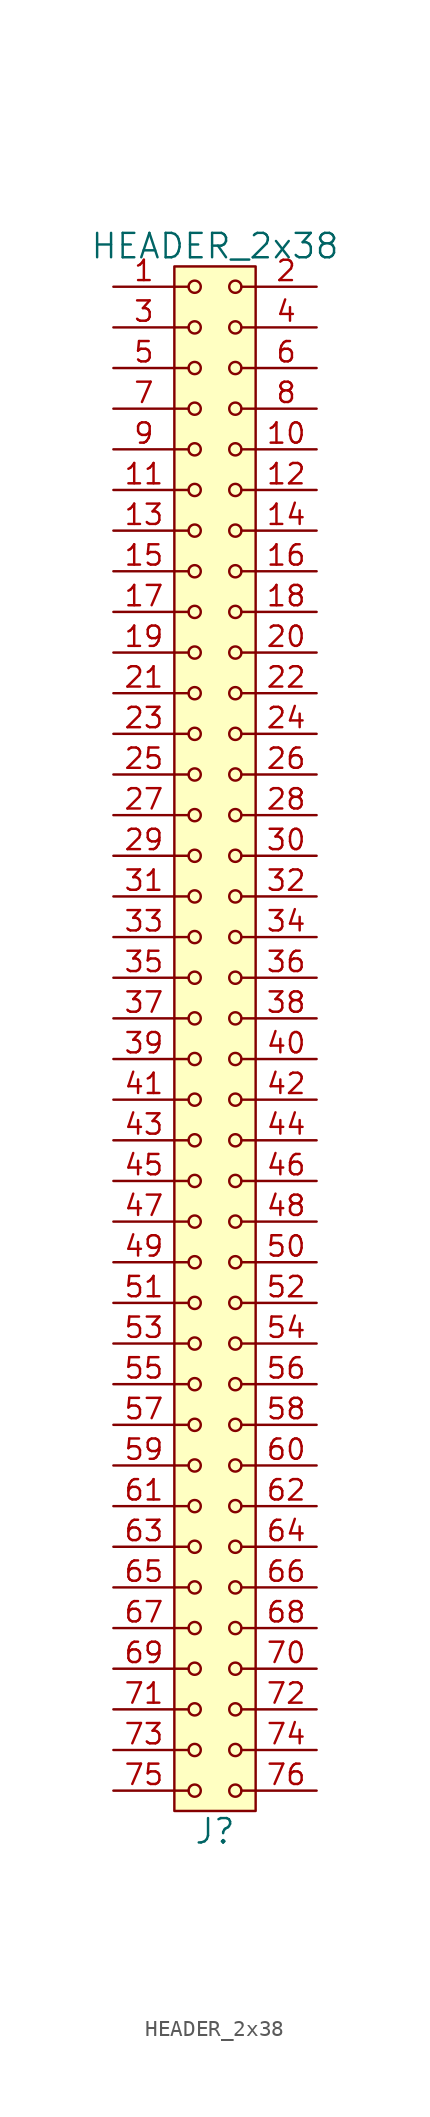
<source format=kicad_sym>
(kicad_symbol_lib
  (version 20211014)
  (generator kicad_symbol_editor)
  (symbol "HEADER_2x38"
    (pin_names
      (offset 1.016))
    (property "Reference" "J"
      (at 0 -49.53 0)
      (effects (font (size 1.524 1.524))))
    (property "Value" "HEADER_2x38"
      (at 0 49.53 0)
      (effects (font (size 1.524 1.524))))
    (property "Footprint" ""
      (at 0 46.99 0)
      (effects (font (size 1.524 1.524))))
    (property "Datasheet" ""
      (at 0 46.99 0)
      (effects (font (size 1.524 1.524))))
    (symbol "HEADER_2x38_0_1"
      (rectangle (start -2.54 48.26) (end 2.54 -48.26) (stroke (width 0) (type default) (color 0 0 0 0)) (fill (type background)))
      (circle (center -1.27 -46.99) (radius 0.381) (stroke (width 0) (type default) (color 0 0 0 0)) (fill (type none)))
      (circle (center -1.27 -44.45) (radius 0.381) (stroke (width 0) (type default) (color 0 0 0 0)) (fill (type none)))
      (circle (center -1.27 -41.91) (radius 0.381) (stroke (width 0) (type default) (color 0 0 0 0)) (fill (type none)))
      (circle (center -1.27 -39.37) (radius 0.381) (stroke (width 0) (type default) (color 0 0 0 0)) (fill (type none)))
      (circle (center -1.27 -36.83) (radius 0.381) (stroke (width 0) (type default) (color 0 0 0 0)) (fill (type none)))
      (circle (center -1.27 -34.29) (radius 0.381) (stroke (width 0) (type default) (color 0 0 0 0)) (fill (type none)))
      (circle (center -1.27 -31.75) (radius 0.381) (stroke (width 0) (type default) (color 0 0 0 0)) (fill (type none)))
      (circle (center -1.27 -29.21) (radius 0.381) (stroke (width 0) (type default) (color 0 0 0 0)) (fill (type none)))
      (circle (center -1.27 -26.67) (radius 0.381) (stroke (width 0) (type default) (color 0 0 0 0)) (fill (type none)))
      (circle (center -1.27 -24.13) (radius 0.381) (stroke (width 0) (type default) (color 0 0 0 0)) (fill (type none)))
      (circle (center -1.27 -21.59) (radius 0.381) (stroke (width 0) (type default) (color 0 0 0 0)) (fill (type none)))
      (circle (center -1.27 -19.05) (radius 0.381) (stroke (width 0) (type default) (color 0 0 0 0)) (fill (type none)))
      (circle (center -1.27 -16.51) (radius 0.381) (stroke (width 0) (type default) (color 0 0 0 0)) (fill (type none)))
      (circle (center -1.27 -13.97) (radius 0.381) (stroke (width 0) (type default) (color 0 0 0 0)) (fill (type none)))
      (circle (center -1.27 -11.43) (radius 0.381) (stroke (width 0) (type default) (color 0 0 0 0)) (fill (type none)))
      (circle (center -1.27 -8.89) (radius 0.381) (stroke (width 0) (type default) (color 0 0 0 0)) (fill (type none)))
      (circle (center -1.27 -6.35) (radius 0.381) (stroke (width 0) (type default) (color 0 0 0 0)) (fill (type none)))
      (circle (center -1.27 -3.81) (radius 0.381) (stroke (width 0) (type default) (color 0 0 0 0)) (fill (type none)))
      (circle (center -1.27 -1.27) (radius 0.381) (stroke (width 0) (type default) (color 0 0 0 0)) (fill (type none)))
      (circle (center -1.27 1.27) (radius 0.381) (stroke (width 0) (type default) (color 0 0 0 0)) (fill (type none)))
      (circle (center -1.27 3.81) (radius 0.381) (stroke (width 0) (type default) (color 0 0 0 0)) (fill (type none)))
      (circle (center -1.27 6.35) (radius 0.381) (stroke (width 0) (type default) (color 0 0 0 0)) (fill (type none)))
      (circle (center -1.27 8.89) (radius 0.381) (stroke (width 0) (type default) (color 0 0 0 0)) (fill (type none)))
      (circle (center -1.27 11.43) (radius 0.381) (stroke (width 0) (type default) (color 0 0 0 0)) (fill (type none)))
      (circle (center -1.27 13.97) (radius 0.381) (stroke (width 0) (type default) (color 0 0 0 0)) (fill (type none)))
      (circle (center -1.27 16.51) (radius 0.381) (stroke (width 0) (type default) (color 0 0 0 0)) (fill (type none)))
      (circle (center -1.27 19.05) (radius 0.381) (stroke (width 0) (type default) (color 0 0 0 0)) (fill (type none)))
      (circle (center -1.27 21.59) (radius 0.381) (stroke (width 0) (type default) (color 0 0 0 0)) (fill (type none)))
      (circle (center -1.27 24.13) (radius 0.381) (stroke (width 0) (type default) (color 0 0 0 0)) (fill (type none)))
      (circle (center -1.27 26.67) (radius 0.381) (stroke (width 0) (type default) (color 0 0 0 0)) (fill (type none)))
      (circle (center -1.27 29.21) (radius 0.381) (stroke (width 0) (type default) (color 0 0 0 0)) (fill (type none)))
      (circle (center -1.27 31.75) (radius 0.381) (stroke (width 0) (type default) (color 0 0 0 0)) (fill (type none)))
      (circle (center -1.27 34.29) (radius 0.381) (stroke (width 0) (type default) (color 0 0 0 0)) (fill (type none)))
      (circle (center -1.27 36.83) (radius 0.381) (stroke (width 0) (type default) (color 0 0 0 0)) (fill (type none)))
      (circle (center -1.27 39.37) (radius 0.381) (stroke (width 0) (type default) (color 0 0 0 0)) (fill (type none)))
      (circle (center -1.27 41.91) (radius 0.381) (stroke (width 0) (type default) (color 0 0 0 0)) (fill (type none)))
      (circle (center -1.27 44.45) (radius 0.381) (stroke (width 0) (type default) (color 0 0 0 0)) (fill (type none)))
      (circle (center -1.27 46.99) (radius 0.381) (stroke (width 0) (type default) (color 0 0 0 0)) (fill (type none)))
      (polyline (pts (xy -1.651 -46.99) (xy -2.54 -46.99)) (stroke (width 0) (type default) (color 0 0 0 0)) (fill (type none)))
      (polyline (pts (xy -1.651 -44.45) (xy -2.54 -44.45)) (stroke (width 0) (type default) (color 0 0 0 0)) (fill (type none)))
      (polyline (pts (xy -1.651 -41.91) (xy -2.54 -41.91)) (stroke (width 0) (type default) (color 0 0 0 0)) (fill (type none)))
      (polyline (pts (xy -1.651 -39.37) (xy -2.54 -39.37)) (stroke (width 0) (type default) (color 0 0 0 0)) (fill (type none)))
      (polyline (pts (xy -1.651 -36.83) (xy -2.54 -36.83)) (stroke (width 0) (type default) (color 0 0 0 0)) (fill (type none)))
      (polyline (pts (xy -1.651 -34.29) (xy -2.54 -34.29)) (stroke (width 0) (type default) (color 0 0 0 0)) (fill (type none)))
      (polyline (pts (xy -1.651 -31.75) (xy -2.54 -31.75)) (stroke (width 0) (type default) (color 0 0 0 0)) (fill (type none)))
      (polyline (pts (xy -1.651 -29.21) (xy -2.54 -29.21)) (stroke (width 0) (type default) (color 0 0 0 0)) (fill (type none)))
      (polyline (pts (xy -1.651 -26.67) (xy -2.54 -26.67)) (stroke (width 0) (type default) (color 0 0 0 0)) (fill (type none)))
      (polyline (pts (xy -1.651 -24.13) (xy -2.54 -24.13)) (stroke (width 0) (type default) (color 0 0 0 0)) (fill (type none)))
      (polyline (pts (xy -1.651 -21.59) (xy -2.54 -21.59)) (stroke (width 0) (type default) (color 0 0 0 0)) (fill (type none)))
      (polyline (pts (xy -1.651 -19.05) (xy -2.54 -19.05)) (stroke (width 0) (type default) (color 0 0 0 0)) (fill (type none)))
      (polyline (pts (xy -1.651 -16.51) (xy -2.54 -16.51)) (stroke (width 0) (type default) (color 0 0 0 0)) (fill (type none)))
      (polyline (pts (xy -1.651 -13.97) (xy -2.54 -13.97)) (stroke (width 0) (type default) (color 0 0 0 0)) (fill (type none)))
      (polyline (pts (xy -1.651 -11.43) (xy -2.54 -11.43)) (stroke (width 0) (type default) (color 0 0 0 0)) (fill (type none)))
      (polyline (pts (xy -1.651 -8.89) (xy -2.54 -8.89)) (stroke (width 0) (type default) (color 0 0 0 0)) (fill (type none)))
      (polyline (pts (xy -1.651 -6.35) (xy -2.54 -6.35)) (stroke (width 0) (type default) (color 0 0 0 0)) (fill (type none)))
      (polyline (pts (xy -1.651 -3.81) (xy -2.54 -3.81)) (stroke (width 0) (type default) (color 0 0 0 0)) (fill (type none)))
      (polyline (pts (xy -1.651 -1.27) (xy -2.54 -1.27)) (stroke (width 0) (type default) (color 0 0 0 0)) (fill (type none)))
      (polyline (pts (xy -1.651 1.27) (xy -2.54 1.27)) (stroke (width 0) (type default) (color 0 0 0 0)) (fill (type none)))
      (polyline (pts (xy -1.651 3.81) (xy -2.54 3.81)) (stroke (width 0) (type default) (color 0 0 0 0)) (fill (type none)))
      (polyline (pts (xy -1.651 6.35) (xy -2.54 6.35)) (stroke (width 0) (type default) (color 0 0 0 0)) (fill (type none)))
      (polyline (pts (xy -1.651 8.89) (xy -2.54 8.89)) (stroke (width 0) (type default) (color 0 0 0 0)) (fill (type none)))
      (polyline (pts (xy -1.651 11.43) (xy -2.54 11.43)) (stroke (width 0) (type default) (color 0 0 0 0)) (fill (type none)))
      (polyline (pts (xy -1.651 13.97) (xy -2.54 13.97)) (stroke (width 0) (type default) (color 0 0 0 0)) (fill (type none)))
      (polyline (pts (xy -1.651 16.51) (xy -2.54 16.51)) (stroke (width 0) (type default) (color 0 0 0 0)) (fill (type none)))
      (polyline (pts (xy -1.651 19.05) (xy -2.54 19.05)) (stroke (width 0) (type default) (color 0 0 0 0)) (fill (type none)))
      (polyline (pts (xy -1.651 21.59) (xy -2.54 21.59)) (stroke (width 0) (type default) (color 0 0 0 0)) (fill (type none)))
      (polyline (pts (xy -1.651 24.13) (xy -2.54 24.13)) (stroke (width 0) (type default) (color 0 0 0 0)) (fill (type none)))
      (polyline (pts (xy -1.651 26.67) (xy -2.54 26.67)) (stroke (width 0) (type default) (color 0 0 0 0)) (fill (type none)))
      (polyline (pts (xy -1.651 29.21) (xy -2.54 29.21)) (stroke (width 0) (type default) (color 0 0 0 0)) (fill (type none)))
      (polyline (pts (xy -1.651 31.75) (xy -2.54 31.75)) (stroke (width 0) (type default) (color 0 0 0 0)) (fill (type none)))
      (polyline (pts (xy -1.651 34.29) (xy -2.54 34.29)) (stroke (width 0) (type default) (color 0 0 0 0)) (fill (type none)))
      (polyline (pts (xy -1.651 36.83) (xy -2.54 36.83)) (stroke (width 0) (type default) (color 0 0 0 0)) (fill (type none)))
      (polyline (pts (xy -1.651 39.37) (xy -2.54 39.37)) (stroke (width 0) (type default) (color 0 0 0 0)) (fill (type none)))
      (polyline (pts (xy -1.651 41.91) (xy -2.54 41.91)) (stroke (width 0) (type default) (color 0 0 0 0)) (fill (type none)))
      (polyline (pts (xy -1.651 44.45) (xy -2.54 44.45)) (stroke (width 0) (type default) (color 0 0 0 0)) (fill (type none)))
      (polyline (pts (xy -1.651 46.99) (xy -2.54 46.99)) (stroke (width 0) (type default) (color 0 0 0 0)) (fill (type none)))
      (polyline (pts (xy 1.651 -46.99) (xy 2.54 -46.99)) (stroke (width 0) (type default) (color 0 0 0 0)) (fill (type none)))
      (polyline (pts (xy 1.651 -44.45) (xy 2.54 -44.45)) (stroke (width 0) (type default) (color 0 0 0 0)) (fill (type none)))
      (polyline (pts (xy 1.651 -41.91) (xy 2.54 -41.91)) (stroke (width 0) (type default) (color 0 0 0 0)) (fill (type none)))
      (polyline (pts (xy 1.651 -39.37) (xy 2.54 -39.37)) (stroke (width 0) (type default) (color 0 0 0 0)) (fill (type none)))
      (polyline (pts (xy 1.651 -36.83) (xy 2.54 -36.83)) (stroke (width 0) (type default) (color 0 0 0 0)) (fill (type none)))
      (polyline (pts (xy 1.651 -34.29) (xy 2.54 -34.29)) (stroke (width 0) (type default) (color 0 0 0 0)) (fill (type none)))
      (polyline (pts (xy 1.651 -31.75) (xy 2.54 -31.75)) (stroke (width 0) (type default) (color 0 0 0 0)) (fill (type none)))
      (polyline (pts (xy 1.651 -29.21) (xy 2.54 -29.21)) (stroke (width 0) (type default) (color 0 0 0 0)) (fill (type none)))
      (polyline (pts (xy 1.651 -26.67) (xy 2.54 -26.67)) (stroke (width 0) (type default) (color 0 0 0 0)) (fill (type none)))
      (polyline (pts (xy 1.651 -24.13) (xy 2.54 -24.13)) (stroke (width 0) (type default) (color 0 0 0 0)) (fill (type none)))
      (polyline (pts (xy 1.651 -21.59) (xy 2.54 -21.59)) (stroke (width 0) (type default) (color 0 0 0 0)) (fill (type none)))
      (polyline (pts (xy 1.651 -19.05) (xy 2.54 -19.05)) (stroke (width 0) (type default) (color 0 0 0 0)) (fill (type none)))
      (polyline (pts (xy 1.651 -16.51) (xy 2.54 -16.51)) (stroke (width 0) (type default) (color 0 0 0 0)) (fill (type none)))
      (polyline (pts (xy 1.651 -13.97) (xy 2.54 -13.97)) (stroke (width 0) (type default) (color 0 0 0 0)) (fill (type none)))
      (polyline (pts (xy 1.651 -11.43) (xy 2.54 -11.43)) (stroke (width 0) (type default) (color 0 0 0 0)) (fill (type none)))
      (polyline (pts (xy 1.651 -8.89) (xy 2.54 -8.89)) (stroke (width 0) (type default) (color 0 0 0 0)) (fill (type none)))
      (polyline (pts (xy 1.651 -6.35) (xy 2.54 -6.35)) (stroke (width 0) (type default) (color 0 0 0 0)) (fill (type none)))
      (polyline (pts (xy 1.651 -3.81) (xy 2.54 -3.81)) (stroke (width 0) (type default) (color 0 0 0 0)) (fill (type none)))
      (polyline (pts (xy 1.651 -1.27) (xy 2.54 -1.27)) (stroke (width 0) (type default) (color 0 0 0 0)) (fill (type none)))
      (polyline (pts (xy 1.651 1.27) (xy 2.54 1.27)) (stroke (width 0) (type default) (color 0 0 0 0)) (fill (type none)))
      (polyline (pts (xy 1.651 3.81) (xy 2.54 3.81)) (stroke (width 0) (type default) (color 0 0 0 0)) (fill (type none)))
      (polyline (pts (xy 1.651 6.35) (xy 2.54 6.35)) (stroke (width 0) (type default) (color 0 0 0 0)) (fill (type none)))
      (polyline (pts (xy 1.651 8.89) (xy 2.54 8.89)) (stroke (width 0) (type default) (color 0 0 0 0)) (fill (type none)))
      (polyline (pts (xy 1.651 11.43) (xy 2.54 11.43)) (stroke (width 0) (type default) (color 0 0 0 0)) (fill (type none)))
      (polyline (pts (xy 1.651 13.97) (xy 2.54 13.97)) (stroke (width 0) (type default) (color 0 0 0 0)) (fill (type none)))
      (polyline (pts (xy 1.651 16.51) (xy 2.54 16.51)) (stroke (width 0) (type default) (color 0 0 0 0)) (fill (type none)))
      (polyline (pts (xy 1.651 19.05) (xy 2.54 19.05)) (stroke (width 0) (type default) (color 0 0 0 0)) (fill (type none)))
      (polyline (pts (xy 1.651 21.59) (xy 2.54 21.59)) (stroke (width 0) (type default) (color 0 0 0 0)) (fill (type none)))
      (polyline (pts (xy 1.651 24.13) (xy 2.54 24.13)) (stroke (width 0) (type default) (color 0 0 0 0)) (fill (type none)))
      (polyline (pts (xy 1.651 26.67) (xy 2.54 26.67)) (stroke (width 0) (type default) (color 0 0 0 0)) (fill (type none)))
      (polyline (pts (xy 1.651 29.21) (xy 2.54 29.21)) (stroke (width 0) (type default) (color 0 0 0 0)) (fill (type none)))
      (polyline (pts (xy 1.651 31.75) (xy 2.54 31.75)) (stroke (width 0) (type default) (color 0 0 0 0)) (fill (type none)))
      (polyline (pts (xy 1.651 34.29) (xy 2.54 34.29)) (stroke (width 0) (type default) (color 0 0 0 0)) (fill (type none)))
      (polyline (pts (xy 1.651 36.83) (xy 2.54 36.83)) (stroke (width 0) (type default) (color 0 0 0 0)) (fill (type none)))
      (polyline (pts (xy 1.651 39.37) (xy 2.54 39.37)) (stroke (width 0) (type default) (color 0 0 0 0)) (fill (type none)))
      (polyline (pts (xy 1.651 41.91) (xy 2.54 41.91)) (stroke (width 0) (type default) (color 0 0 0 0)) (fill (type none)))
      (polyline (pts (xy 1.651 44.45) (xy 2.54 44.45)) (stroke (width 0) (type default) (color 0 0 0 0)) (fill (type none)))
      (polyline (pts (xy 1.651 46.99) (xy 2.54 46.99)) (stroke (width 0) (type default) (color 0 0 0 0)) (fill (type none)))
      (circle (center 1.27 -46.99) (radius 0.381) (stroke (width 0) (type default) (color 0 0 0 0)) (fill (type none)))
      (circle (center 1.27 -44.45) (radius 0.381) (stroke (width 0) (type default) (color 0 0 0 0)) (fill (type none)))
      (circle (center 1.27 -41.91) (radius 0.381) (stroke (width 0) (type default) (color 0 0 0 0)) (fill (type none)))
      (circle (center 1.27 -39.37) (radius 0.381) (stroke (width 0) (type default) (color 0 0 0 0)) (fill (type none)))
      (circle (center 1.27 -36.83) (radius 0.381) (stroke (width 0) (type default) (color 0 0 0 0)) (fill (type none)))
      (circle (center 1.27 -34.29) (radius 0.381) (stroke (width 0) (type default) (color 0 0 0 0)) (fill (type none)))
      (circle (center 1.27 -31.75) (radius 0.381) (stroke (width 0) (type default) (color 0 0 0 0)) (fill (type none)))
      (circle (center 1.27 -29.21) (radius 0.381) (stroke (width 0) (type default) (color 0 0 0 0)) (fill (type none)))
      (circle (center 1.27 -26.67) (radius 0.381) (stroke (width 0) (type default) (color 0 0 0 0)) (fill (type none)))
      (circle (center 1.27 -24.13) (radius 0.381) (stroke (width 0) (type default) (color 0 0 0 0)) (fill (type none)))
      (circle (center 1.27 -21.59) (radius 0.381) (stroke (width 0) (type default) (color 0 0 0 0)) (fill (type none)))
      (circle (center 1.27 -19.05) (radius 0.381) (stroke (width 0) (type default) (color 0 0 0 0)) (fill (type none)))
      (circle (center 1.27 -16.51) (radius 0.381) (stroke (width 0) (type default) (color 0 0 0 0)) (fill (type none)))
      (circle (center 1.27 -13.97) (radius 0.381) (stroke (width 0) (type default) (color 0 0 0 0)) (fill (type none)))
      (circle (center 1.27 -11.43) (radius 0.381) (stroke (width 0) (type default) (color 0 0 0 0)) (fill (type none)))
      (circle (center 1.27 -8.89) (radius 0.381) (stroke (width 0) (type default) (color 0 0 0 0)) (fill (type none)))
      (circle (center 1.27 -6.35) (radius 0.381) (stroke (width 0) (type default) (color 0 0 0 0)) (fill (type none)))
      (circle (center 1.27 -3.81) (radius 0.381) (stroke (width 0) (type default) (color 0 0 0 0)) (fill (type none)))
      (circle (center 1.27 -1.27) (radius 0.381) (stroke (width 0) (type default) (color 0 0 0 0)) (fill (type none)))
      (circle (center 1.27 1.27) (radius 0.381) (stroke (width 0) (type default) (color 0 0 0 0)) (fill (type none)))
      (circle (center 1.27 3.81) (radius 0.381) (stroke (width 0) (type default) (color 0 0 0 0)) (fill (type none)))
      (circle (center 1.27 6.35) (radius 0.381) (stroke (width 0) (type default) (color 0 0 0 0)) (fill (type none)))
      (circle (center 1.27 8.89) (radius 0.381) (stroke (width 0) (type default) (color 0 0 0 0)) (fill (type none)))
      (circle (center 1.27 11.43) (radius 0.381) (stroke (width 0) (type default) (color 0 0 0 0)) (fill (type none)))
      (circle (center 1.27 13.97) (radius 0.381) (stroke (width 0) (type default) (color 0 0 0 0)) (fill (type none)))
      (circle (center 1.27 16.51) (radius 0.381) (stroke (width 0) (type default) (color 0 0 0 0)) (fill (type none)))
      (circle (center 1.27 19.05) (radius 0.381) (stroke (width 0) (type default) (color 0 0 0 0)) (fill (type none)))
      (circle (center 1.27 21.59) (radius 0.381) (stroke (width 0) (type default) (color 0 0 0 0)) (fill (type none)))
      (circle (center 1.27 24.13) (radius 0.381) (stroke (width 0) (type default) (color 0 0 0 0)) (fill (type none)))
      (circle (center 1.27 26.67) (radius 0.381) (stroke (width 0) (type default) (color 0 0 0 0)) (fill (type none)))
      (circle (center 1.27 29.21) (radius 0.381) (stroke (width 0) (type default) (color 0 0 0 0)) (fill (type none)))
      (circle (center 1.27 31.75) (radius 0.381) (stroke (width 0) (type default) (color 0 0 0 0)) (fill (type none)))
      (circle (center 1.27 34.29) (radius 0.381) (stroke (width 0) (type default) (color 0 0 0 0)) (fill (type none)))
      (circle (center 1.27 36.83) (radius 0.381) (stroke (width 0) (type default) (color 0 0 0 0)) (fill (type none)))
      (circle (center 1.27 39.37) (radius 0.381) (stroke (width 0) (type default) (color 0 0 0 0)) (fill (type none)))
      (circle (center 1.27 41.91) (radius 0.381) (stroke (width 0) (type default) (color 0 0 0 0)) (fill (type none)))
      (circle (center 1.27 44.45) (radius 0.381) (stroke (width 0) (type default) (color 0 0 0 0)) (fill (type none)))
      (circle (center 1.27 46.99) (radius 0.381) (stroke (width 0) (type default) (color 0 0 0 0)) (fill (type none))))
    (symbol "HEADER_2x38_1_1"
      (pin input line (at -6.35 46.99 0) (length 3.81) (name "~" (effects (font (size 1.27 1.27)))) (number "1" (effects (font (size 1.27 1.27)))))
      (pin input line (at 6.35 36.83 180) (length 3.81) (name "~" (effects (font (size 1.27 1.27)))) (number "10" (effects (font (size 1.27 1.27)))))
      (pin input line (at -6.35 34.29 0) (length 3.81) (name "~" (effects (font (size 1.27 1.27)))) (number "11" (effects (font (size 1.27 1.27)))))
      (pin input line (at 6.35 34.29 180) (length 3.81) (name "~" (effects (font (size 1.27 1.27)))) (number "12" (effects (font (size 1.27 1.27)))))
      (pin input line (at -6.35 31.75 0) (length 3.81) (name "~" (effects (font (size 1.27 1.27)))) (number "13" (effects (font (size 1.27 1.27)))))
      (pin input line (at 6.35 31.75 180) (length 3.81) (name "~" (effects (font (size 1.27 1.27)))) (number "14" (effects (font (size 1.27 1.27)))))
      (pin input line (at -6.35 29.21 0) (length 3.81) (name "~" (effects (font (size 1.27 1.27)))) (number "15" (effects (font (size 1.27 1.27)))))
      (pin input line (at 6.35 29.21 180) (length 3.81) (name "~" (effects (font (size 1.27 1.27)))) (number "16" (effects (font (size 1.27 1.27)))))
      (pin input line (at -6.35 26.67 0) (length 3.81) (name "~" (effects (font (size 1.27 1.27)))) (number "17" (effects (font (size 1.27 1.27)))))
      (pin input line (at 6.35 26.67 180) (length 3.81) (name "~" (effects (font (size 1.27 1.27)))) (number "18" (effects (font (size 1.27 1.27)))))
      (pin input line (at -6.35 24.13 0) (length 3.81) (name "~" (effects (font (size 1.27 1.27)))) (number "19" (effects (font (size 1.27 1.27)))))
      (pin input line (at 6.35 46.99 180) (length 3.81) (name "~" (effects (font (size 1.27 1.27)))) (number "2" (effects (font (size 1.27 1.27)))))
      (pin input line (at 6.35 24.13 180) (length 3.81) (name "~" (effects (font (size 1.27 1.27)))) (number "20" (effects (font (size 1.27 1.27)))))
      (pin input line (at -6.35 21.59 0) (length 3.81) (name "~" (effects (font (size 1.27 1.27)))) (number "21" (effects (font (size 1.27 1.27)))))
      (pin input line (at 6.35 21.59 180) (length 3.81) (name "~" (effects (font (size 1.27 1.27)))) (number "22" (effects (font (size 1.27 1.27)))))
      (pin input line (at -6.35 19.05 0) (length 3.81) (name "~" (effects (font (size 1.27 1.27)))) (number "23" (effects (font (size 1.27 1.27)))))
      (pin input line (at 6.35 19.05 180) (length 3.81) (name "~" (effects (font (size 1.27 1.27)))) (number "24" (effects (font (size 1.27 1.27)))))
      (pin input line (at -6.35 16.51 0) (length 3.81) (name "~" (effects (font (size 1.27 1.27)))) (number "25" (effects (font (size 1.27 1.27)))))
      (pin input line (at 6.35 16.51 180) (length 3.81) (name "~" (effects (font (size 1.27 1.27)))) (number "26" (effects (font (size 1.27 1.27)))))
      (pin input line (at -6.35 13.97 0) (length 3.81) (name "~" (effects (font (size 1.27 1.27)))) (number "27" (effects (font (size 1.27 1.27)))))
      (pin input line (at 6.35 13.97 180) (length 3.81) (name "~" (effects (font (size 1.27 1.27)))) (number "28" (effects (font (size 1.27 1.27)))))
      (pin input line (at -6.35 11.43 0) (length 3.81) (name "~" (effects (font (size 1.27 1.27)))) (number "29" (effects (font (size 1.27 1.27)))))
      (pin input line (at -6.35 44.45 0) (length 3.81) (name "~" (effects (font (size 1.27 1.27)))) (number "3" (effects (font (size 1.27 1.27)))))
      (pin input line (at 6.35 11.43 180) (length 3.81) (name "~" (effects (font (size 1.27 1.27)))) (number "30" (effects (font (size 1.27 1.27)))))
      (pin input line (at -6.35 8.89 0) (length 3.81) (name "~" (effects (font (size 1.27 1.27)))) (number "31" (effects (font (size 1.27 1.27)))))
      (pin input line (at 6.35 8.89 180) (length 3.81) (name "~" (effects (font (size 1.27 1.27)))) (number "32" (effects (font (size 1.27 1.27)))))
      (pin input line (at -6.35 6.35 0) (length 3.81) (name "~" (effects (font (size 1.27 1.27)))) (number "33" (effects (font (size 1.27 1.27)))))
      (pin input line (at 6.35 6.35 180) (length 3.81) (name "~" (effects (font (size 1.27 1.27)))) (number "34" (effects (font (size 1.27 1.27)))))
      (pin input line (at -6.35 3.81 0) (length 3.81) (name "~" (effects (font (size 1.27 1.27)))) (number "35" (effects (font (size 1.27 1.27)))))
      (pin input line (at 6.35 3.81 180) (length 3.81) (name "~" (effects (font (size 1.27 1.27)))) (number "36" (effects (font (size 1.27 1.27)))))
      (pin input line (at -6.35 1.27 0) (length 3.81) (name "~" (effects (font (size 1.27 1.27)))) (number "37" (effects (font (size 1.27 1.27)))))
      (pin input line (at 6.35 1.27 180) (length 3.81) (name "~" (effects (font (size 1.27 1.27)))) (number "38" (effects (font (size 1.27 1.27)))))
      (pin input line (at -6.35 -1.27 0) (length 3.81) (name "~" (effects (font (size 1.27 1.27)))) (number "39" (effects (font (size 1.27 1.27)))))
      (pin input line (at 6.35 44.45 180) (length 3.81) (name "~" (effects (font (size 1.27 1.27)))) (number "4" (effects (font (size 1.27 1.27)))))
      (pin input line (at 6.35 -1.27 180) (length 3.81) (name "~" (effects (font (size 1.27 1.27)))) (number "40" (effects (font (size 1.27 1.27)))))
      (pin input line (at -6.35 -3.81 0) (length 3.81) (name "~" (effects (font (size 1.27 1.27)))) (number "41" (effects (font (size 1.27 1.27)))))
      (pin input line (at 6.35 -3.81 180) (length 3.81) (name "~" (effects (font (size 1.27 1.27)))) (number "42" (effects (font (size 1.27 1.27)))))
      (pin input line (at -6.35 -6.35 0) (length 3.81) (name "~" (effects (font (size 1.27 1.27)))) (number "43" (effects (font (size 1.27 1.27)))))
      (pin input line (at 6.35 -6.35 180) (length 3.81) (name "~" (effects (font (size 1.27 1.27)))) (number "44" (effects (font (size 1.27 1.27)))))
      (pin input line (at -6.35 -8.89 0) (length 3.81) (name "~" (effects (font (size 1.27 1.27)))) (number "45" (effects (font (size 1.27 1.27)))))
      (pin input line (at 6.35 -8.89 180) (length 3.81) (name "~" (effects (font (size 1.27 1.27)))) (number "46" (effects (font (size 1.27 1.27)))))
      (pin input line (at -6.35 -11.43 0) (length 3.81) (name "~" (effects (font (size 1.27 1.27)))) (number "47" (effects (font (size 1.27 1.27)))))
      (pin input line (at 6.35 -11.43 180) (length 3.81) (name "~" (effects (font (size 1.27 1.27)))) (number "48" (effects (font (size 1.27 1.27)))))
      (pin input line (at -6.35 -13.97 0) (length 3.81) (name "~" (effects (font (size 1.27 1.27)))) (number "49" (effects (font (size 1.27 1.27)))))
      (pin input line (at -6.35 41.91 0) (length 3.81) (name "~" (effects (font (size 1.27 1.27)))) (number "5" (effects (font (size 1.27 1.27)))))
      (pin input line (at 6.35 -13.97 180) (length 3.81) (name "~" (effects (font (size 1.27 1.27)))) (number "50" (effects (font (size 1.27 1.27)))))
      (pin input line (at -6.35 -16.51 0) (length 3.81) (name "~" (effects (font (size 1.27 1.27)))) (number "51" (effects (font (size 1.27 1.27)))))
      (pin input line (at 6.35 -16.51 180) (length 3.81) (name "~" (effects (font (size 1.27 1.27)))) (number "52" (effects (font (size 1.27 1.27)))))
      (pin input line (at -6.35 -19.05 0) (length 3.81) (name "~" (effects (font (size 1.27 1.27)))) (number "53" (effects (font (size 1.27 1.27)))))
      (pin input line (at 6.35 -19.05 180) (length 3.81) (name "~" (effects (font (size 1.27 1.27)))) (number "54" (effects (font (size 1.27 1.27)))))
      (pin input line (at -6.35 -21.59 0) (length 3.81) (name "~" (effects (font (size 1.27 1.27)))) (number "55" (effects (font (size 1.27 1.27)))))
      (pin input line (at 6.35 -21.59 180) (length 3.81) (name "~" (effects (font (size 1.27 1.27)))) (number "56" (effects (font (size 1.27 1.27)))))
      (pin input line (at -6.35 -24.13 0) (length 3.81) (name "~" (effects (font (size 1.27 1.27)))) (number "57" (effects (font (size 1.27 1.27)))))
      (pin input line (at 6.35 -24.13 180) (length 3.81) (name "~" (effects (font (size 1.27 1.27)))) (number "58" (effects (font (size 1.27 1.27)))))
      (pin input line (at -6.35 -26.67 0) (length 3.81) (name "~" (effects (font (size 1.27 1.27)))) (number "59" (effects (font (size 1.27 1.27)))))
      (pin input line (at 6.35 41.91 180) (length 3.81) (name "~" (effects (font (size 1.27 1.27)))) (number "6" (effects (font (size 1.27 1.27)))))
      (pin input line (at 6.35 -26.67 180) (length 3.81) (name "~" (effects (font (size 1.27 1.27)))) (number "60" (effects (font (size 1.27 1.27)))))
      (pin input line (at -6.35 -29.21 0) (length 3.81) (name "~" (effects (font (size 1.27 1.27)))) (number "61" (effects (font (size 1.27 1.27)))))
      (pin input line (at 6.35 -29.21 180) (length 3.81) (name "~" (effects (font (size 1.27 1.27)))) (number "62" (effects (font (size 1.27 1.27)))))
      (pin input line (at -6.35 -31.75 0) (length 3.81) (name "~" (effects (font (size 1.27 1.27)))) (number "63" (effects (font (size 1.27 1.27)))))
      (pin input line (at 6.35 -31.75 180) (length 3.81) (name "~" (effects (font (size 1.27 1.27)))) (number "64" (effects (font (size 1.27 1.27)))))
      (pin input line (at -6.35 -34.29 0) (length 3.81) (name "~" (effects (font (size 1.27 1.27)))) (number "65" (effects (font (size 1.27 1.27)))))
      (pin input line (at 6.35 -34.29 180) (length 3.81) (name "~" (effects (font (size 1.27 1.27)))) (number "66" (effects (font (size 1.27 1.27)))))
      (pin input line (at -6.35 -36.83 0) (length 3.81) (name "~" (effects (font (size 1.27 1.27)))) (number "67" (effects (font (size 1.27 1.27)))))
      (pin input line (at 6.35 -36.83 180) (length 3.81) (name "~" (effects (font (size 1.27 1.27)))) (number "68" (effects (font (size 1.27 1.27)))))
      (pin input line (at -6.35 -39.37 0) (length 3.81) (name "~" (effects (font (size 1.27 1.27)))) (number "69" (effects (font (size 1.27 1.27)))))
      (pin input line (at -6.35 39.37 0) (length 3.81) (name "~" (effects (font (size 1.27 1.27)))) (number "7" (effects (font (size 1.27 1.27)))))
      (pin input line (at 6.35 -39.37 180) (length 3.81) (name "~" (effects (font (size 1.27 1.27)))) (number "70" (effects (font (size 1.27 1.27)))))
      (pin input line (at -6.35 -41.91 0) (length 3.81) (name "~" (effects (font (size 1.27 1.27)))) (number "71" (effects (font (size 1.27 1.27)))))
      (pin input line (at 6.35 -41.91 180) (length 3.81) (name "~" (effects (font (size 1.27 1.27)))) (number "72" (effects (font (size 1.27 1.27)))))
      (pin input line (at -6.35 -44.45 0) (length 3.81) (name "~" (effects (font (size 1.27 1.27)))) (number "73" (effects (font (size 1.27 1.27)))))
      (pin input line (at 6.35 -44.45 180) (length 3.81) (name "~" (effects (font (size 1.27 1.27)))) (number "74" (effects (font (size 1.27 1.27)))))
      (pin input line (at -6.35 -46.99 0) (length 3.81) (name "~" (effects (font (size 1.27 1.27)))) (number "75" (effects (font (size 1.27 1.27)))))
      (pin input line (at 6.35 -46.99 180) (length 3.81) (name "~" (effects (font (size 1.27 1.27)))) (number "76" (effects (font (size 1.27 1.27)))))
      (pin input line (at 6.35 39.37 180) (length 3.81) (name "~" (effects (font (size 1.27 1.27)))) (number "8" (effects (font (size 1.27 1.27)))))
      (pin input line (at -6.35 36.83 0) (length 3.81) (name "~" (effects (font (size 1.27 1.27)))) (number "9" (effects (font (size 1.27 1.27))))))))
</source>
